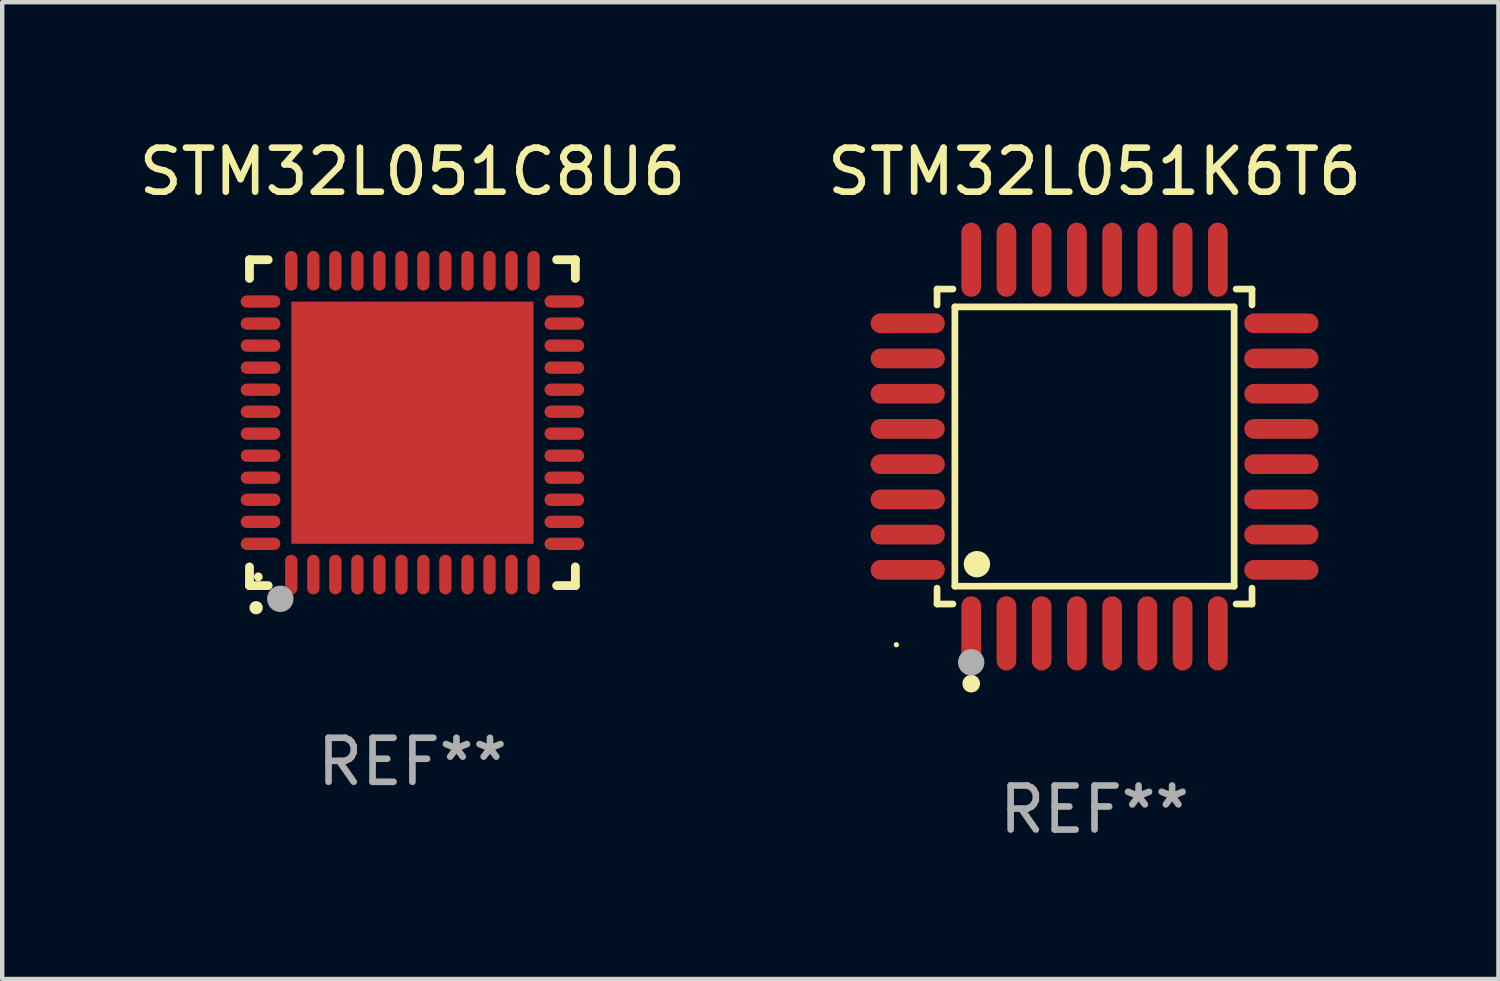
<source format=kicad_pcb>
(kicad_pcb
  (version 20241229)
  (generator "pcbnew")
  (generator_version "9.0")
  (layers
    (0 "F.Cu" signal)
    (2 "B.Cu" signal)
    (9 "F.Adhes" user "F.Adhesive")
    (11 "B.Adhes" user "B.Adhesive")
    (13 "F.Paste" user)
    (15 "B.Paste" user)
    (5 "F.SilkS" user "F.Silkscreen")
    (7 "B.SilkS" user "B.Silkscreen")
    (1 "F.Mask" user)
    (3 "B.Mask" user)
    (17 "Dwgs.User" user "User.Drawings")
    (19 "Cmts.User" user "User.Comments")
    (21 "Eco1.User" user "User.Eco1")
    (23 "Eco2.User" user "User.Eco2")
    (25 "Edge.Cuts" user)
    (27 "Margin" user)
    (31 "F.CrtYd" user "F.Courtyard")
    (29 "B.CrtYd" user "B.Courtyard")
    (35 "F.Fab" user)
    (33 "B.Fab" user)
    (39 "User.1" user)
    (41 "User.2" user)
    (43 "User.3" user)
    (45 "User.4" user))
  (footprint "STM32L051K6T6"
    (layer "F.Cu")
    (at 21.804 7.09)
    (property "Reference" "STM32L051K6T6" (at 0 -6.242 0) (layer "F.SilkS") (effects (font (size 1 1) (thickness 0.15))))
    (attr through_hole)
    (fp_line (start -3.576 -3.576) (end -3.215 -3.576) (stroke (width 0.152) (type solid)) (layer "F.SilkS"))
    (fp_line (start -3.576 -3.215) (end -3.576 -3.576) (stroke (width 0.152) (type solid)) (layer "F.SilkS"))
    (fp_line (start -3.576 3.215) (end -3.576 3.576) (stroke (width 0.152) (type solid)) (layer "F.SilkS"))
    (fp_line (start -3.576 3.576) (end -3.215 3.576) (stroke (width 0.152) (type solid)) (layer "F.SilkS"))
    (fp_line (start -3.171 -3.171) (end 3.171 -3.171) (stroke (width 0.152) (type solid)) (layer "F.SilkS"))
    (fp_line (start -3.171 3.171) (end -3.171 -3.171) (stroke (width 0.152) (type solid)) (layer "F.SilkS"))
    (fp_line (start 3.171 -3.171) (end 3.171 3.171) (stroke (width 0.152) (type solid)) (layer "F.SilkS"))
    (fp_line (start 3.171 3.171) (end -3.171 3.171) (stroke (width 0.152) (type solid)) (layer "F.SilkS"))
    (fp_line (start 3.576 -3.576) (end 3.215 -3.576) (stroke (width 0.152) (type solid)) (layer "F.SilkS"))
    (fp_line (start 3.576 -3.215) (end 3.576 -3.576) (stroke (width 0.152) (type solid)) (layer "F.SilkS"))
    (fp_line (start 3.576 3.215) (end 3.576 3.576) (stroke (width 0.152) (type solid)) (layer "F.SilkS"))
    (fp_line (start 3.576 3.576) (end 3.215 3.576) (stroke (width 0.152) (type solid)) (layer "F.SilkS"))
    (fp_circle (center -4.5 4.5) (end -4.47 4.5) (stroke (width 0.06) (type solid)) (fill no) (layer "F.SilkS"))
    (fp_circle (center -2.8 5.384) (end -2.7 5.384) (stroke (width 0.2) (type solid)) (fill no) (layer "F.SilkS"))
    (fp_circle (center -2.671 2.671) (end -2.521 2.671) (stroke (width 0.3) (type solid)) (fill no) (layer "F.SilkS"))
    (fp_circle (center -2.8 4.9) (end -2.65 4.9) (stroke (width 0.3) (type solid)) (fill no) (layer "F.Fab"))
    (fp_text user "REF**" (at 0 8.242 0) (layer "F.Fab") (effects (font (size 1 1) (thickness 0.15))))
    (pad "1" smd oval (at -2.8 4.242) (size 0.448 1.684) (layers "F.Cu" "F.Mask" "F.Paste"))
    (pad "2" smd oval (at -2 4.242) (size 0.448 1.684) (layers "F.Cu" "F.Mask" "F.Paste"))
    (pad "3" smd oval (at -1.2 4.242) (size 0.448 1.684) (layers "F.Cu" "F.Mask" "F.Paste"))
    (pad "4" smd oval (at -0.4 4.242) (size 0.448 1.684) (layers "F.Cu" "F.Mask" "F.Paste"))
    (pad "5" smd oval (at 0.4 4.242) (size 0.448 1.684) (layers "F.Cu" "F.Mask" "F.Paste"))
    (pad "6" smd oval (at 1.2 4.242) (size 0.448 1.684) (layers "F.Cu" "F.Mask" "F.Paste"))
    (pad "7" smd oval (at 2 4.242) (size 0.448 1.684) (layers "F.Cu" "F.Mask" "F.Paste"))
    (pad "8" smd oval (at 2.8 4.242) (size 0.448 1.684) (layers "F.Cu" "F.Mask" "F.Paste"))
    (pad "9" smd oval (at 4.242 2.8) (size 1.684 0.448) (layers "F.Cu" "F.Mask" "F.Paste"))
    (pad "10" smd oval (at 4.242 2) (size 1.684 0.448) (layers "F.Cu" "F.Mask" "F.Paste"))
    (pad "11" smd oval (at 4.242 1.2) (size 1.684 0.448) (layers "F.Cu" "F.Mask" "F.Paste"))
    (pad "12" smd oval (at 4.242 0.4) (size 1.684 0.448) (layers "F.Cu" "F.Mask" "F.Paste"))
    (pad "13" smd oval (at 4.242 -0.4) (size 1.684 0.448) (layers "F.Cu" "F.Mask" "F.Paste"))
    (pad "14" smd oval (at 4.242 -1.2) (size 1.684 0.448) (layers "F.Cu" "F.Mask" "F.Paste"))
    (pad "15" smd oval (at 4.242 -2) (size 1.684 0.448) (layers "F.Cu" "F.Mask" "F.Paste"))
    (pad "16" smd oval (at 4.242 -2.8) (size 1.684 0.448) (layers "F.Cu" "F.Mask" "F.Paste"))
    (pad "17" smd oval (at 2.8 -4.242) (size 0.448 1.684) (layers "F.Cu" "F.Mask" "F.Paste"))
    (pad "18" smd oval (at 2 -4.242) (size 0.448 1.684) (layers "F.Cu" "F.Mask" "F.Paste"))
    (pad "19" smd oval (at 1.2 -4.242) (size 0.448 1.684) (layers "F.Cu" "F.Mask" "F.Paste"))
    (pad "20" smd oval (at 0.4 -4.242) (size 0.448 1.684) (layers "F.Cu" "F.Mask" "F.Paste"))
    (pad "21" smd oval (at -0.4 -4.242) (size 0.448 1.684) (layers "F.Cu" "F.Mask" "F.Paste"))
    (pad "22" smd oval (at -1.2 -4.242) (size 0.448 1.684) (layers "F.Cu" "F.Mask" "F.Paste"))
    (pad "23" smd oval (at -2 -4.242) (size 0.448 1.684) (layers "F.Cu" "F.Mask" "F.Paste"))
    (pad "24" smd oval (at -2.8 -4.242) (size 0.448 1.684) (layers "F.Cu" "F.Mask" "F.Paste"))
    (pad "25" smd oval (at -4.242 -2.8) (size 1.684 0.448) (layers "F.Cu" "F.Mask" "F.Paste"))
    (pad "26" smd oval (at -4.242 -2) (size 1.684 0.448) (layers "F.Cu" "F.Mask" "F.Paste"))
    (pad "27" smd oval (at -4.242 -1.2) (size 1.684 0.448) (layers "F.Cu" "F.Mask" "F.Paste"))
    (pad "28" smd oval (at -4.242 -0.4) (size 1.684 0.448) (layers "F.Cu" "F.Mask" "F.Paste"))
    (pad "29" smd oval (at -4.242 0.4) (size 1.684 0.448) (layers "F.Cu" "F.Mask" "F.Paste"))
    (pad "30" smd oval (at -4.242 1.2) (size 1.684 0.448) (layers "F.Cu" "F.Mask" "F.Paste"))
    (pad "31" smd oval (at -4.242 2) (size 1.684 0.448) (layers "F.Cu" "F.Mask" "F.Paste"))
    (pad "32" smd oval (at -4.242 2.8) (size 1.684 0.448) (layers "F.Cu" "F.Mask" "F.Paste")))
  (footprint "STM32L051C8U6"
    (layer "F.Cu")
    (at 6.315 6.548)
    (property "Reference" "STM32L051C8U6" (at 0 -5.7 0) (layer "F.SilkS") (effects (font (size 1 1) (thickness 0.15))))
    (attr through_hole)
    (fp_line (start -3.7 -3.7) (end -3.275 -3.7) (stroke (width 0.2) (type solid)) (layer "F.SilkS"))
    (fp_line (start -3.7 -3.275) (end -3.7 -3.7) (stroke (width 0.2) (type solid)) (layer "F.SilkS"))
    (fp_line (start -3.7 3.7) (end -3.7 3.275) (stroke (width 0.2) (type solid)) (layer "F.SilkS"))
    (fp_line (start -3.275 3.7) (end -3.7 3.7) (stroke (width 0.2) (type solid)) (layer "F.SilkS"))
    (fp_line (start 3.7 -3.7) (end 3.275 -3.7) (stroke (width 0.2) (type solid)) (layer "F.SilkS"))
    (fp_line (start 3.7 -3.275) (end 3.7 -3.7) (stroke (width 0.2) (type solid)) (layer "F.SilkS"))
    (fp_line (start 3.7 3.275) (end 3.7 3.7) (stroke (width 0.2) (type solid)) (layer "F.SilkS"))
    (fp_line (start 3.7 3.7) (end 3.275 3.7) (stroke (width 0.2) (type solid)) (layer "F.SilkS"))
    (fp_arc (start -3.550927 4.201168) (mid -3.549657 4.201163) (end -3.548387 4.201168) (stroke (width 0.3) (type solid)) (layer "F.SilkS"))
    (fp_circle (center -3.5 3.5) (end -3.45 3.5) (stroke (width 0.1) (type solid)) (fill no) (layer "F.SilkS"))
    (fp_circle (center -3 4) (end -2.85 4) (stroke (width 0.3) (type solid)) (fill no) (layer "F.Fab"))
    (fp_text user "REF**" (at 0 7.7 0) (layer "F.Fab") (effects (font (size 1 1) (thickness 0.15))))
    (pad "1" smd oval (at -2.751 3.449) (size 0.28 0.9) (layers "F.Cu" "F.Mask" "F.Paste"))
    (pad "2" smd oval (at -2.25 3.449) (size 0.28 0.9) (layers "F.Cu" "F.Mask" "F.Paste"))
    (pad "3" smd oval (at -1.75 3.449) (size 0.28 0.9) (layers "F.Cu" "F.Mask" "F.Paste"))
    (pad "4" smd oval (at -1.25 3.449) (size 0.28 0.9) (layers "F.Cu" "F.Mask" "F.Paste"))
    (pad "5" smd oval (at -0.749 3.449) (size 0.28 0.9) (layers "F.Cu" "F.Mask" "F.Paste"))
    (pad "6" smd oval (at -0.249 3.449) (size 0.28 0.9) (layers "F.Cu" "F.Mask" "F.Paste"))
    (pad "7" smd oval (at 0.249 3.449) (size 0.28 0.9) (layers "F.Cu" "F.Mask" "F.Paste"))
    (pad "8" smd oval (at 0.749 3.449) (size 0.28 0.9) (layers "F.Cu" "F.Mask" "F.Paste"))
    (pad "9" smd oval (at 1.25 3.449) (size 0.28 0.9) (layers "F.Cu" "F.Mask" "F.Paste"))
    (pad "10" smd oval (at 1.75 3.449) (size 0.28 0.9) (layers "F.Cu" "F.Mask" "F.Paste"))
    (pad "11" smd oval (at 2.251 3.449) (size 0.28 0.9) (layers "F.Cu" "F.Mask" "F.Paste"))
    (pad "12" smd oval (at 2.751 3.449) (size 0.28 0.9) (layers "F.Cu" "F.Mask" "F.Paste"))
    (pad "13" smd oval (at 3.449 2.751) (size 0.9 0.28) (layers "F.Cu" "F.Mask" "F.Paste"))
    (pad "14" smd oval (at 3.449 2.251) (size 0.9 0.28) (layers "F.Cu" "F.Mask" "F.Paste"))
    (pad "15" smd oval (at 3.449 1.75) (size 0.9 0.28) (layers "F.Cu" "F.Mask" "F.Paste"))
    (pad "16" smd oval (at 3.449 1.25) (size 0.9 0.28) (layers "F.Cu" "F.Mask" "F.Paste"))
    (pad "17" smd oval (at 3.449 0.749) (size 0.9 0.28) (layers "F.Cu" "F.Mask" "F.Paste"))
    (pad "18" smd oval (at 3.449 0.249) (size 0.9 0.28) (layers "F.Cu" "F.Mask" "F.Paste"))
    (pad "19" smd oval (at 3.449 -0.249) (size 0.9 0.28) (layers "F.Cu" "F.Mask" "F.Paste"))
    (pad "20" smd oval (at 3.449 -0.749) (size 0.9 0.28) (layers "F.Cu" "F.Mask" "F.Paste"))
    (pad "21" smd oval (at 3.449 -1.25) (size 0.9 0.28) (layers "F.Cu" "F.Mask" "F.Paste"))
    (pad "22" smd oval (at 3.449 -1.75) (size 0.9 0.28) (layers "F.Cu" "F.Mask" "F.Paste"))
    (pad "23" smd oval (at 3.449 -2.25) (size 0.9 0.28) (layers "F.Cu" "F.Mask" "F.Paste"))
    (pad "24" smd oval (at 3.449 -2.751) (size 0.9 0.28) (layers "F.Cu" "F.Mask" "F.Paste"))
    (pad "25" smd oval (at 2.751 -3.449) (size 0.28 0.9) (layers "F.Cu" "F.Mask" "F.Paste"))
    (pad "26" smd oval (at 2.251 -3.449) (size 0.28 0.9) (layers "F.Cu" "F.Mask" "F.Paste"))
    (pad "27" smd oval (at 1.75 -3.449) (size 0.28 0.9) (layers "F.Cu" "F.Mask" "F.Paste"))
    (pad "28" smd oval (at 1.25 -3.449) (size 0.28 0.9) (layers "F.Cu" "F.Mask" "F.Paste"))
    (pad "29" smd oval (at 0.749 -3.449) (size 0.28 0.9) (layers "F.Cu" "F.Mask" "F.Paste"))
    (pad "30" smd oval (at 0.249 -3.449) (size 0.28 0.9) (layers "F.Cu" "F.Mask" "F.Paste"))
    (pad "31" smd oval (at -0.249 -3.449) (size 0.28 0.9) (layers "F.Cu" "F.Mask" "F.Paste"))
    (pad "32" smd oval (at -0.749 -3.449) (size 0.28 0.9) (layers "F.Cu" "F.Mask" "F.Paste"))
    (pad "33" smd oval (at -1.25 -3.449) (size 0.28 0.9) (layers "F.Cu" "F.Mask" "F.Paste"))
    (pad "34" smd oval (at -1.75 -3.449) (size 0.28 0.9) (layers "F.Cu" "F.Mask" "F.Paste"))
    (pad "35" smd oval (at -2.25 -3.449) (size 0.28 0.9) (layers "F.Cu" "F.Mask" "F.Paste"))
    (pad "36" smd oval (at -2.751 -3.449) (size 0.28 0.9) (layers "F.Cu" "F.Mask" "F.Paste"))
    (pad "37" smd oval (at -3.449 -2.751) (size 0.9 0.28) (layers "F.Cu" "F.Mask" "F.Paste"))
    (pad "38" smd oval (at -3.449 -2.25) (size 0.9 0.28) (layers "F.Cu" "F.Mask" "F.Paste"))
    (pad "39" smd oval (at -3.449 -1.75) (size 0.9 0.28) (layers "F.Cu" "F.Mask" "F.Paste"))
    (pad "40" smd oval (at -3.449 -1.25) (size 0.9 0.28) (layers "F.Cu" "F.Mask" "F.Paste"))
    (pad "41" smd oval (at -3.449 -0.749) (size 0.9 0.28) (layers "F.Cu" "F.Mask" "F.Paste"))
    (pad "42" smd oval (at -3.449 -0.249) (size 0.9 0.28) (layers "F.Cu" "F.Mask" "F.Paste"))
    (pad "43" smd oval (at -3.449 0.249) (size 0.9 0.28) (layers "F.Cu" "F.Mask" "F.Paste"))
    (pad "44" smd oval (at -3.449 0.749) (size 0.9 0.28) (layers "F.Cu" "F.Mask" "F.Paste"))
    (pad "45" smd oval (at -3.449 1.25) (size 0.9 0.28) (layers "F.Cu" "F.Mask" "F.Paste"))
    (pad "46" smd oval (at -3.449 1.75) (size 0.9 0.28) (layers "F.Cu" "F.Mask" "F.Paste"))
    (pad "47" smd oval (at -3.449 2.251) (size 0.9 0.28) (layers "F.Cu" "F.Mask" "F.Paste"))
    (pad "48" smd oval (at -3.449 2.751) (size 0.9 0.28) (layers "F.Cu" "F.Mask" "F.Paste"))
    (pad "49" smd rect (at 0.000076 0.000076) (size 5.5 5.5) (layers "F.Cu" "F.Mask" "F.Paste")))
  (gr_rect
    (start -3 -3)
    (end 30.976 19.181)
    (stroke (width 0.1) (type default))
    (fill no)
    (layer "Edge.Cuts")))
</source>
